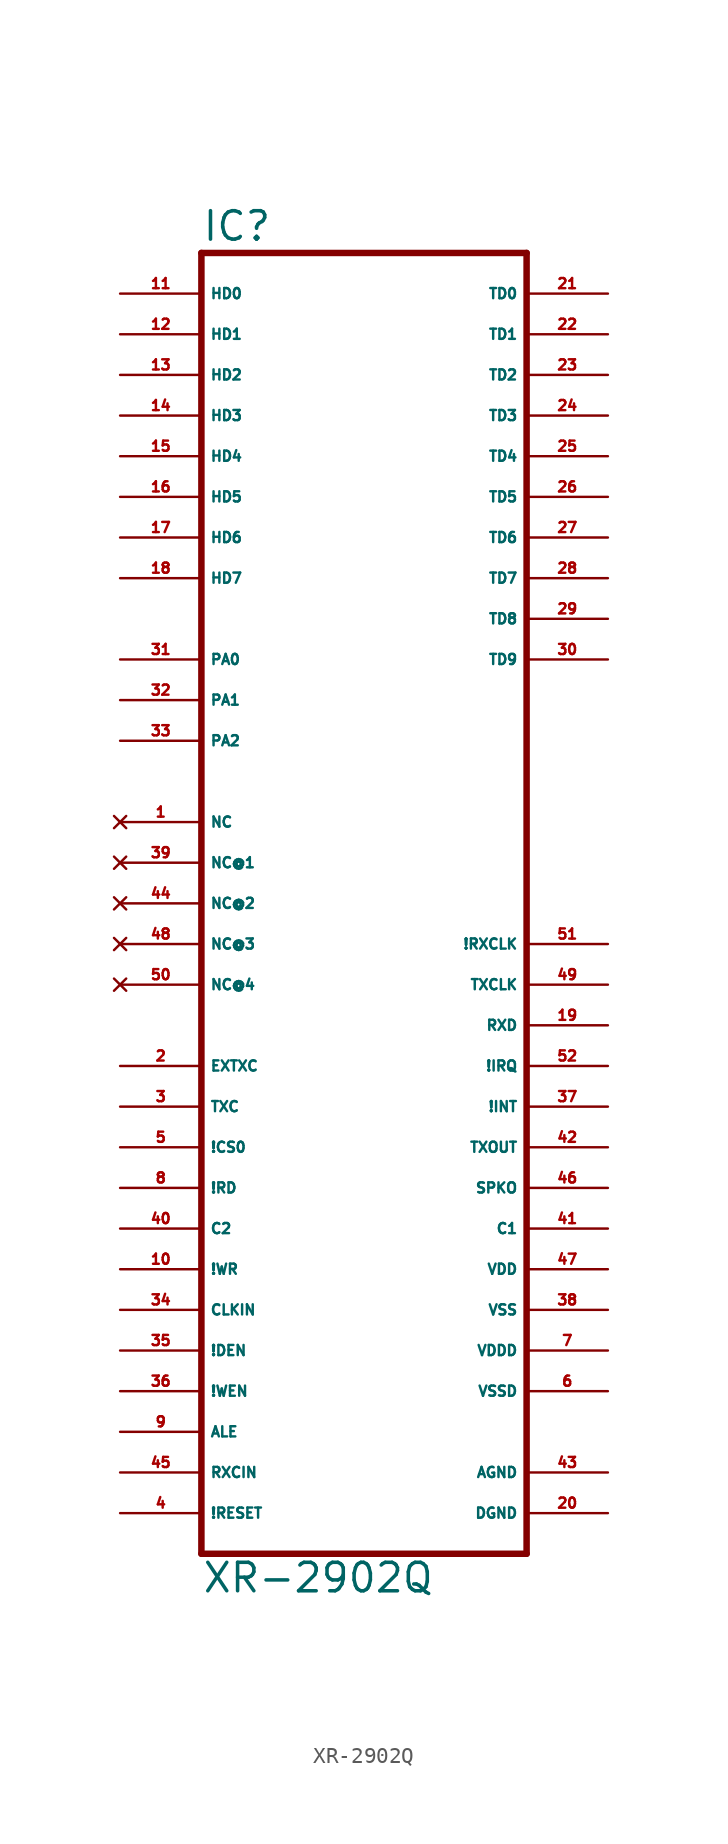
<source format=kicad_sym>
(kicad_symbol_lib
  (version 20220914)
  (generator Eagle2Kicad)
  (symbol "XR-2902Q"
    (property "Reference" "IC"
      (at -10.16 43.815 0)
      (effects (font (size 1.778 1.778) (thickness 0.22)) (justify left bottom)))
    (property "Value" "XR-2902Q"
      (at -10.16 -40.64 0)
      (effects (font (size 1.778 1.778) (thickness 0.22)) (justify left bottom)))
    (polyline
      (pts (xy -10.16 -38.1) (xy 10.16 -38.1))
      (stroke (width 0.406) (type default))
      (fill (type none)))
    (polyline
      (pts (xy 10.16 -38.1) (xy 10.16 43.18))
      (stroke (width 0.406) (type default))
      (fill (type none)))
    (polyline
      (pts (xy 10.16 43.18) (xy -10.16 43.18))
      (stroke (width 0.406) (type default))
      (fill (type none)))
    (polyline
      (pts (xy -10.16 43.18) (xy -10.16 -38.1))
      (stroke (width 0.406) (type default))
      (fill (type none)))
    (pin bidirectional line
      (at -15.24 40.64 0)
      (length 5.08)
      (name "HD0" (effects (font (size 0.635 0.635) (thickness 0.08)) (justify left bottom)))
      (number "11" (effects (font (size 0.635 0.635) (thickness 0.08)) (justify left bottom))))
    (pin bidirectional line
      (at -15.24 38.1 0)
      (length 5.08)
      (name "HD1" (effects (font (size 0.635 0.635) (thickness 0.08)) (justify left bottom)))
      (number "12" (effects (font (size 0.635 0.635) (thickness 0.08)) (justify left bottom))))
    (pin bidirectional line
      (at -15.24 35.56 0)
      (length 5.08)
      (name "HD2" (effects (font (size 0.635 0.635) (thickness 0.08)) (justify left bottom)))
      (number "13" (effects (font (size 0.635 0.635) (thickness 0.08)) (justify left bottom))))
    (pin bidirectional line
      (at -15.24 33.02 0)
      (length 5.08)
      (name "HD3" (effects (font (size 0.635 0.635) (thickness 0.08)) (justify left bottom)))
      (number "14" (effects (font (size 0.635 0.635) (thickness 0.08)) (justify left bottom))))
    (pin bidirectional line
      (at -15.24 30.48 0)
      (length 5.08)
      (name "HD4" (effects (font (size 0.635 0.635) (thickness 0.08)) (justify left bottom)))
      (number "15" (effects (font (size 0.635 0.635) (thickness 0.08)) (justify left bottom))))
    (pin bidirectional line
      (at -15.24 27.94 0)
      (length 5.08)
      (name "HD5" (effects (font (size 0.635 0.635) (thickness 0.08)) (justify left bottom)))
      (number "16" (effects (font (size 0.635 0.635) (thickness 0.08)) (justify left bottom))))
    (pin bidirectional line
      (at -15.24 25.4 0)
      (length 5.08)
      (name "HD6" (effects (font (size 0.635 0.635) (thickness 0.08)) (justify left bottom)))
      (number "17" (effects (font (size 0.635 0.635) (thickness 0.08)) (justify left bottom))))
    (pin bidirectional line
      (at -15.24 22.86 0)
      (length 5.08)
      (name "HD7" (effects (font (size 0.635 0.635) (thickness 0.08)) (justify left bottom)))
      (number "18" (effects (font (size 0.635 0.635) (thickness 0.08)) (justify left bottom))))
    (pin bidirectional line
      (at -15.24 17.78 0)
      (length 5.08)
      (name "PA0" (effects (font (size 0.635 0.635) (thickness 0.08)) (justify left bottom)))
      (number "31" (effects (font (size 0.635 0.635) (thickness 0.08)) (justify left bottom))))
    (pin bidirectional line
      (at -15.24 15.24 0)
      (length 5.08)
      (name "PA1" (effects (font (size 0.635 0.635) (thickness 0.08)) (justify left bottom)))
      (number "32" (effects (font (size 0.635 0.635) (thickness 0.08)) (justify left bottom))))
    (pin bidirectional line
      (at -15.24 12.7 0)
      (length 5.08)
      (name "PA2" (effects (font (size 0.635 0.635) (thickness 0.08)) (justify left bottom)))
      (number "33" (effects (font (size 0.635 0.635) (thickness 0.08)) (justify left bottom))))
    (pin bidirectional line
      (at 15.24 40.64 180)
      (length 5.08)
      (name "TD0" (effects (font (size 0.635 0.635) (thickness 0.08)) (justify left bottom)))
      (number "21" (effects (font (size 0.635 0.635) (thickness 0.08)) (justify left bottom))))
    (pin bidirectional line
      (at 15.24 38.1 180)
      (length 5.08)
      (name "TD1" (effects (font (size 0.635 0.635) (thickness 0.08)) (justify left bottom)))
      (number "22" (effects (font (size 0.635 0.635) (thickness 0.08)) (justify left bottom))))
    (pin bidirectional line
      (at 15.24 35.56 180)
      (length 5.08)
      (name "TD2" (effects (font (size 0.635 0.635) (thickness 0.08)) (justify left bottom)))
      (number "23" (effects (font (size 0.635 0.635) (thickness 0.08)) (justify left bottom))))
    (pin bidirectional line
      (at 15.24 33.02 180)
      (length 5.08)
      (name "TD3" (effects (font (size 0.635 0.635) (thickness 0.08)) (justify left bottom)))
      (number "24" (effects (font (size 0.635 0.635) (thickness 0.08)) (justify left bottom))))
    (pin bidirectional line
      (at 15.24 30.48 180)
      (length 5.08)
      (name "TD4" (effects (font (size 0.635 0.635) (thickness 0.08)) (justify left bottom)))
      (number "25" (effects (font (size 0.635 0.635) (thickness 0.08)) (justify left bottom))))
    (pin bidirectional line
      (at 15.24 27.94 180)
      (length 5.08)
      (name "TD5" (effects (font (size 0.635 0.635) (thickness 0.08)) (justify left bottom)))
      (number "26" (effects (font (size 0.635 0.635) (thickness 0.08)) (justify left bottom))))
    (pin bidirectional line
      (at 15.24 25.4 180)
      (length 5.08)
      (name "TD6" (effects (font (size 0.635 0.635) (thickness 0.08)) (justify left bottom)))
      (number "27" (effects (font (size 0.635 0.635) (thickness 0.08)) (justify left bottom))))
    (pin bidirectional line
      (at 15.24 22.86 180)
      (length 5.08)
      (name "TD7" (effects (font (size 0.635 0.635) (thickness 0.08)) (justify left bottom)))
      (number "28" (effects (font (size 0.635 0.635) (thickness 0.08)) (justify left bottom))))
    (pin bidirectional line
      (at 15.24 20.32 180)
      (length 5.08)
      (name "TD8" (effects (font (size 0.635 0.635) (thickness 0.08)) (justify left bottom)))
      (number "29" (effects (font (size 0.635 0.635) (thickness 0.08)) (justify left bottom))))
    (pin bidirectional line
      (at 15.24 17.78 180)
      (length 5.08)
      (name "TD9" (effects (font (size 0.635 0.635) (thickness 0.08)) (justify left bottom)))
      (number "30" (effects (font (size 0.635 0.635) (thickness 0.08)) (justify left bottom))))
    (pin no_connect line
      (at -15.24 7.62 0)
      (length 5.08)
      (name "NC" (effects (font (size 0.635 0.635) (thickness 0.08)) (justify left bottom) hide))
      (number "1" (effects (font (size 0.635 0.635) (thickness 0.08)) (justify left bottom) hide)))
    (pin input line
      (at -15.24 -7.62 0)
      (length 5.08)
      (name "EXTXC" (effects (font (size 0.635 0.635) (thickness 0.08)) (justify left bottom)))
      (number "2" (effects (font (size 0.635 0.635) (thickness 0.08)) (justify left bottom))))
    (pin input line
      (at -15.24 -10.16 0)
      (length 5.08)
      (name "TXC" (effects (font (size 0.635 0.635) (thickness 0.08)) (justify left bottom)))
      (number "3" (effects (font (size 0.635 0.635) (thickness 0.08)) (justify left bottom))))
    (pin input line
      (at -15.24 -12.7 0)
      (length 5.08)
      (name "!CS0" (effects (font (size 0.635 0.635) (thickness 0.08)) (justify left bottom)))
      (number "5" (effects (font (size 0.635 0.635) (thickness 0.08)) (justify left bottom))))
    (pin input line
      (at -15.24 -15.24 0)
      (length 5.08)
      (name "!RD" (effects (font (size 0.635 0.635) (thickness 0.08)) (justify left bottom)))
      (number "8" (effects (font (size 0.635 0.635) (thickness 0.08)) (justify left bottom))))
    (pin input line
      (at -15.24 -30.48 0)
      (length 5.08)
      (name "ALE" (effects (font (size 0.635 0.635) (thickness 0.08)) (justify left bottom)))
      (number "9" (effects (font (size 0.635 0.635) (thickness 0.08)) (justify left bottom))))
    (pin input line
      (at -15.24 -20.32 0)
      (length 5.08)
      (name "!WR" (effects (font (size 0.635 0.635) (thickness 0.08)) (justify left bottom)))
      (number "10" (effects (font (size 0.635 0.635) (thickness 0.08)) (justify left bottom))))
    (pin input line
      (at -15.24 -22.86 0)
      (length 5.08)
      (name "CLKIN" (effects (font (size 0.635 0.635) (thickness 0.08)) (justify left bottom)))
      (number "34" (effects (font (size 0.635 0.635) (thickness 0.08)) (justify left bottom))))
    (pin input line
      (at -15.24 -25.4 0)
      (length 5.08)
      (name "!DEN" (effects (font (size 0.635 0.635) (thickness 0.08)) (justify left bottom)))
      (number "35" (effects (font (size 0.635 0.635) (thickness 0.08)) (justify left bottom))))
    (pin input line
      (at -15.24 -27.94 0)
      (length 5.08)
      (name "!WEN" (effects (font (size 0.635 0.635) (thickness 0.08)) (justify left bottom)))
      (number "36" (effects (font (size 0.635 0.635) (thickness 0.08)) (justify left bottom))))
    (pin input line
      (at -15.24 -17.78 0)
      (length 5.08)
      (name "C2" (effects (font (size 0.635 0.635) (thickness 0.08)) (justify left bottom)))
      (number "40" (effects (font (size 0.635 0.635) (thickness 0.08)) (justify left bottom))))
    (pin input line
      (at -15.24 -33.02 0)
      (length 5.08)
      (name "RXCIN" (effects (font (size 0.635 0.635) (thickness 0.08)) (justify left bottom)))
      (number "45" (effects (font (size 0.635 0.635) (thickness 0.08)) (justify left bottom))))
    (pin input line
      (at -15.24 -35.56 0)
      (length 5.08)
      (name "!RESET" (effects (font (size 0.635 0.635) (thickness 0.08)) (justify left bottom)))
      (number "4" (effects (font (size 0.635 0.635) (thickness 0.08)) (justify left bottom))))
    (pin output line
      (at 15.24 -2.54 180)
      (length 5.08)
      (name "TXCLK" (effects (font (size 0.635 0.635) (thickness 0.08)) (justify left bottom)))
      (number "49" (effects (font (size 0.635 0.635) (thickness 0.08)) (justify left bottom))))
    (pin output line
      (at 15.24 0 180)
      (length 5.08)
      (name "!RXCLK" (effects (font (size 0.635 0.635) (thickness 0.08)) (justify left bottom)))
      (number "51" (effects (font (size 0.635 0.635) (thickness 0.08)) (justify left bottom))))
    (pin output line
      (at 15.24 -7.62 180)
      (length 5.08)
      (name "!IRQ" (effects (font (size 0.635 0.635) (thickness 0.08)) (justify left bottom)))
      (number "52" (effects (font (size 0.635 0.635) (thickness 0.08)) (justify left bottom))))
    (pin output line
      (at 15.24 -5.08 180)
      (length 5.08)
      (name "RXD" (effects (font (size 0.635 0.635) (thickness 0.08)) (justify left bottom)))
      (number "19" (effects (font (size 0.635 0.635) (thickness 0.08)) (justify left bottom))))
    (pin output line
      (at 15.24 -10.16 180)
      (length 5.08)
      (name "!INT" (effects (font (size 0.635 0.635) (thickness 0.08)) (justify left bottom)))
      (number "37" (effects (font (size 0.635 0.635) (thickness 0.08)) (justify left bottom))))
    (pin output line
      (at 15.24 -17.78 180)
      (length 5.08)
      (name "C1" (effects (font (size 0.635 0.635) (thickness 0.08)) (justify left bottom)))
      (number "41" (effects (font (size 0.635 0.635) (thickness 0.08)) (justify left bottom))))
    (pin output line
      (at 15.24 -12.7 180)
      (length 5.08)
      (name "TXOUT" (effects (font (size 0.635 0.635) (thickness 0.08)) (justify left bottom)))
      (number "42" (effects (font (size 0.635 0.635) (thickness 0.08)) (justify left bottom))))
    (pin output line
      (at 15.24 -15.24 180)
      (length 5.08)
      (name "SPKO" (effects (font (size 0.635 0.635) (thickness 0.08)) (justify left bottom)))
      (number "46" (effects (font (size 0.635 0.635) (thickness 0.08)) (justify left bottom))))
    (pin unspecified line
      (at 15.24 -20.32 180)
      (length 5.08)
      (name "VDD" (effects (font (size 0.635 0.635) (thickness 0.08)) (justify left bottom)))
      (number "47" (effects (font (size 0.635 0.635) (thickness 0.08)) (justify left bottom))))
    (pin unspecified line
      (at 15.24 -25.4 180)
      (length 5.08)
      (name "VDDD" (effects (font (size 0.635 0.635) (thickness 0.08)) (justify left bottom)))
      (number "7" (effects (font (size 0.635 0.635) (thickness 0.08)) (justify left bottom))))
    (pin unspecified line
      (at 15.24 -27.94 180)
      (length 5.08)
      (name "VSSD" (effects (font (size 0.635 0.635) (thickness 0.08)) (justify left bottom)))
      (number "6" (effects (font (size 0.635 0.635) (thickness 0.08)) (justify left bottom))))
    (pin unspecified line
      (at 15.24 -33.02 180)
      (length 5.08)
      (name "AGND" (effects (font (size 0.635 0.635) (thickness 0.08)) (justify left bottom)))
      (number "43" (effects (font (size 0.635 0.635) (thickness 0.08)) (justify left bottom))))
    (pin unspecified line
      (at 15.24 -22.86 180)
      (length 5.08)
      (name "VSS" (effects (font (size 0.635 0.635) (thickness 0.08)) (justify left bottom)))
      (number "38" (effects (font (size 0.635 0.635) (thickness 0.08)) (justify left bottom))))
    (pin unspecified line
      (at 15.24 -35.56 180)
      (length 5.08)
      (name "DGND" (effects (font (size 0.635 0.635) (thickness 0.08)) (justify left bottom)))
      (number "20" (effects (font (size 0.635 0.635) (thickness 0.08)) (justify left bottom))))
    (pin no_connect line
      (at -15.24 5.08 0)
      (length 5.08)
      (name "NC@1" (effects (font (size 0.635 0.635) (thickness 0.08)) (justify left bottom) hide))
      (number "39" (effects (font (size 0.635 0.635) (thickness 0.08)) (justify left bottom) hide)))
    (pin no_connect line
      (at -15.24 2.54 0)
      (length 5.08)
      (name "NC@2" (effects (font (size 0.635 0.635) (thickness 0.08)) (justify left bottom) hide))
      (number "44" (effects (font (size 0.635 0.635) (thickness 0.08)) (justify left bottom) hide)))
    (pin no_connect line
      (at -15.24 0 0)
      (length 5.08)
      (name "NC@3" (effects (font (size 0.635 0.635) (thickness 0.08)) (justify left bottom) hide))
      (number "48" (effects (font (size 0.635 0.635) (thickness 0.08)) (justify left bottom) hide)))
    (pin no_connect line
      (at -15.24 -2.54 0)
      (length 5.08)
      (name "NC@4" (effects (font (size 0.635 0.635) (thickness 0.08)) (justify left bottom) hide))
      (number "50" (effects (font (size 0.635 0.635) (thickness 0.08)) (justify left bottom) hide)))))
</source>
